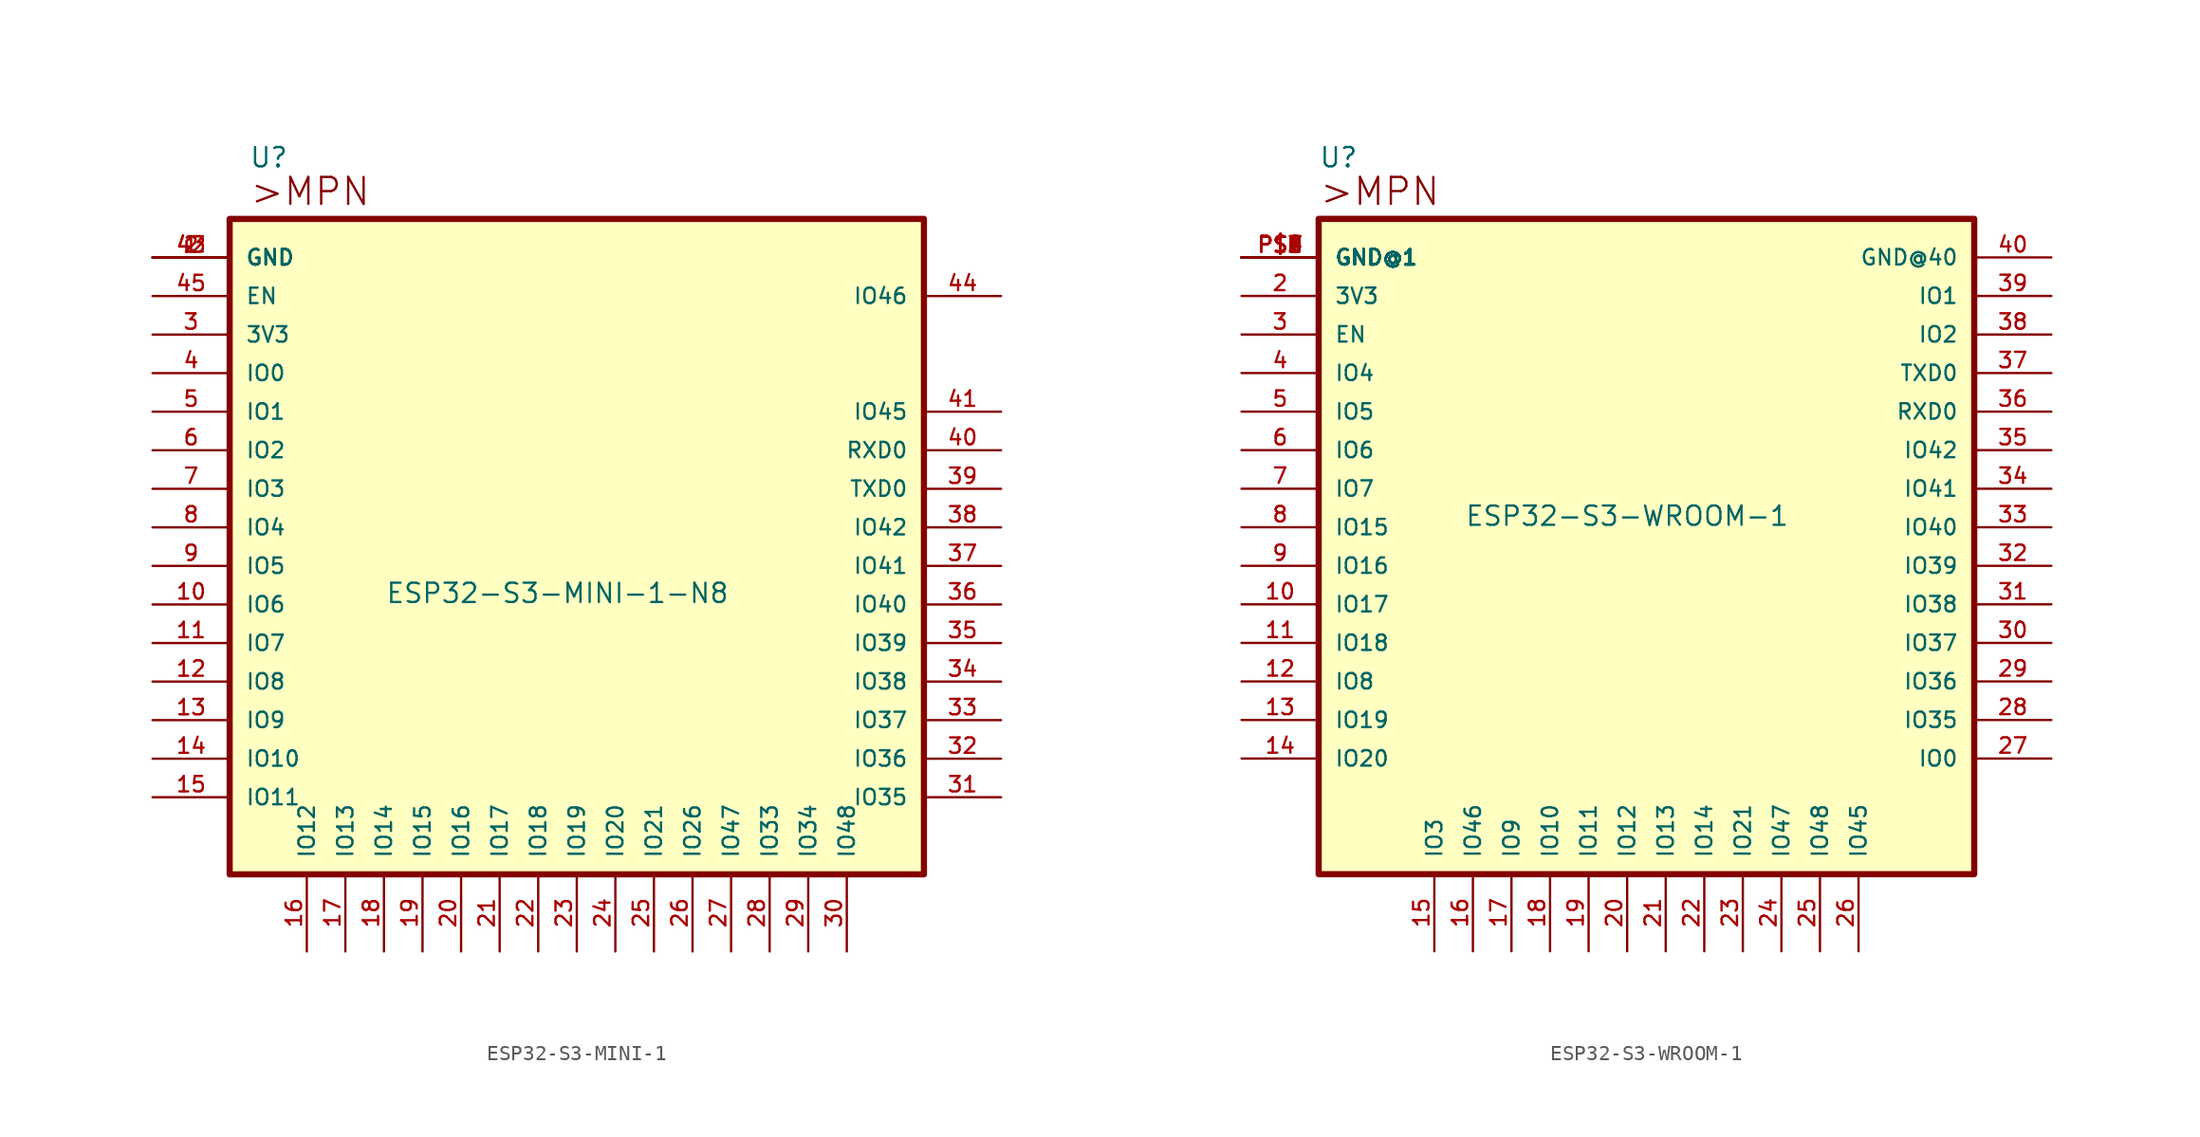
<source format=kicad_sym>
(kicad_symbol_lib
  (version 20220914)
  (generator kicad_symbol_editor)
  (symbol "ESP32-S3-MINI-1"
    (pin_names
      (offset 1.016))
    (property "Reference" "U"
      (at -21.59 23.622 0)
      (effects (font (size 1.27 1.27)) (justify left bottom)))
    (property "Value" "ESP32-S3-MINI-1-N8"
      (at -1.27 -5.08 0)
      (effects (font (size 1.27 1.27)) (justify bottom)))
    (symbol "ESP32-S3-MINI-1_0_0"
      (rectangle (start -22.86 20.32) (end 22.86 -22.86) (stroke (width 0.406) (type default)) (fill (type background)))
      (text ">MPN" (at -21.59 21.082 0) (effects (font (size 1.778 1.778)) (justify left bottom))))
    (symbol "ESP32-S3-MINI-1_1_0"
      (pin bidirectional line (at -27.94 17.78 0) (length 5.08) (name "GND" (effects (font (size 1.016 1.016)))) (number "1" (effects (font (size 1.016 1.016)))))
      (pin bidirectional line (at -27.94 -5.08 0) (length 5.08) (name "IO6" (effects (font (size 1.016 1.016)))) (number "10" (effects (font (size 1.016 1.016)))))
      (pin bidirectional line (at -27.94 -7.62 0) (length 5.08) (name "IO7" (effects (font (size 1.016 1.016)))) (number "11" (effects (font (size 1.016 1.016)))))
      (pin bidirectional line (at -27.94 -10.16 0) (length 5.08) (name "IO8" (effects (font (size 1.016 1.016)))) (number "12" (effects (font (size 1.016 1.016)))))
      (pin bidirectional line (at -27.94 -12.7 0) (length 5.08) (name "IO9" (effects (font (size 1.016 1.016)))) (number "13" (effects (font (size 1.016 1.016)))))
      (pin bidirectional line (at -27.94 -15.24 0) (length 5.08) (name "IO10" (effects (font (size 1.016 1.016)))) (number "14" (effects (font (size 1.016 1.016)))))
      (pin bidirectional line (at -27.94 -17.78 0) (length 5.08) (name "IO11" (effects (font (size 1.016 1.016)))) (number "15" (effects (font (size 1.016 1.016)))))
      (pin bidirectional line (at -17.78 -27.94 90) (length 5.08) (name "IO12" (effects (font (size 1.016 1.016)))) (number "16" (effects (font (size 1.016 1.016)))))
      (pin bidirectional line (at -15.24 -27.94 90) (length 5.08) (name "IO13" (effects (font (size 1.016 1.016)))) (number "17" (effects (font (size 1.016 1.016)))))
      (pin bidirectional line (at -12.7 -27.94 90) (length 5.08) (name "IO14" (effects (font (size 1.016 1.016)))) (number "18" (effects (font (size 1.016 1.016)))))
      (pin bidirectional line (at -10.16 -27.94 90) (length 5.08) (name "IO15" (effects (font (size 1.016 1.016)))) (number "19" (effects (font (size 1.016 1.016)))))
      (pin bidirectional line (at -27.94 17.78 0) (length 5.08) (name "GND" (effects (font (size 1.016 1.016)))) (number "2" (effects (font (size 1.016 1.016)))))
      (pin bidirectional line (at -7.62 -27.94 90) (length 5.08) (name "IO16" (effects (font (size 1.016 1.016)))) (number "20" (effects (font (size 1.016 1.016)))))
      (pin bidirectional line (at -5.08 -27.94 90) (length 5.08) (name "IO17" (effects (font (size 1.016 1.016)))) (number "21" (effects (font (size 1.016 1.016)))))
      (pin bidirectional line (at -2.54 -27.94 90) (length 5.08) (name "IO18" (effects (font (size 1.016 1.016)))) (number "22" (effects (font (size 1.016 1.016)))))
      (pin bidirectional line (at 0 -27.94 90) (length 5.08) (name "IO19" (effects (font (size 1.016 1.016)))) (number "23" (effects (font (size 1.016 1.016)))))
      (pin bidirectional line (at 2.54 -27.94 90) (length 5.08) (name "IO20" (effects (font (size 1.016 1.016)))) (number "24" (effects (font (size 1.016 1.016)))))
      (pin bidirectional line (at 5.08 -27.94 90) (length 5.08) (name "IO21" (effects (font (size 1.016 1.016)))) (number "25" (effects (font (size 1.016 1.016)))))
      (pin bidirectional line (at 7.62 -27.94 90) (length 5.08) (name "IO26" (effects (font (size 1.016 1.016)))) (number "26" (effects (font (size 1.016 1.016)))))
      (pin bidirectional line (at 10.16 -27.94 90) (length 5.08) (name "IO47" (effects (font (size 1.016 1.016)))) (number "27" (effects (font (size 1.016 1.016)))))
      (pin bidirectional line (at 12.7 -27.94 90) (length 5.08) (name "IO33" (effects (font (size 1.016 1.016)))) (number "28" (effects (font (size 1.016 1.016)))))
      (pin bidirectional line (at 15.24 -27.94 90) (length 5.08) (name "IO34" (effects (font (size 1.016 1.016)))) (number "29" (effects (font (size 1.016 1.016)))))
      (pin bidirectional line (at -27.94 12.7 0) (length 5.08) (name "3V3" (effects (font (size 1.016 1.016)))) (number "3" (effects (font (size 1.016 1.016)))))
      (pin bidirectional line (at 17.78 -27.94 90) (length 5.08) (name "IO48" (effects (font (size 1.016 1.016)))) (number "30" (effects (font (size 1.016 1.016)))))
      (pin bidirectional line (at 27.94 -17.78 180) (length 5.08) (name "IO35" (effects (font (size 1.016 1.016)))) (number "31" (effects (font (size 1.016 1.016)))))
      (pin bidirectional line (at 27.94 -15.24 180) (length 5.08) (name "IO36" (effects (font (size 1.016 1.016)))) (number "32" (effects (font (size 1.016 1.016)))))
      (pin bidirectional line (at 27.94 -12.7 180) (length 5.08) (name "IO37" (effects (font (size 1.016 1.016)))) (number "33" (effects (font (size 1.016 1.016)))))
      (pin bidirectional line (at 27.94 -10.16 180) (length 5.08) (name "IO38" (effects (font (size 1.016 1.016)))) (number "34" (effects (font (size 1.016 1.016)))))
      (pin bidirectional line (at 27.94 -7.62 180) (length 5.08) (name "IO39" (effects (font (size 1.016 1.016)))) (number "35" (effects (font (size 1.016 1.016)))))
      (pin bidirectional line (at 27.94 -5.08 180) (length 5.08) (name "IO40" (effects (font (size 1.016 1.016)))) (number "36" (effects (font (size 1.016 1.016)))))
      (pin bidirectional line (at 27.94 -2.54 180) (length 5.08) (name "IO41" (effects (font (size 1.016 1.016)))) (number "37" (effects (font (size 1.016 1.016)))))
      (pin bidirectional line (at 27.94 0 180) (length 5.08) (name "IO42" (effects (font (size 1.016 1.016)))) (number "38" (effects (font (size 1.016 1.016)))))
      (pin bidirectional line (at 27.94 2.54 180) (length 5.08) (name "TXD0" (effects (font (size 1.016 1.016)))) (number "39" (effects (font (size 1.016 1.016)))))
      (pin bidirectional line (at -27.94 10.16 0) (length 5.08) (name "IO0" (effects (font (size 1.016 1.016)))) (number "4" (effects (font (size 1.016 1.016)))))
      (pin bidirectional line (at 27.94 5.08 180) (length 5.08) (name "RXD0" (effects (font (size 1.016 1.016)))) (number "40" (effects (font (size 1.016 1.016)))))
      (pin bidirectional line (at 27.94 7.62 180) (length 5.08) (name "IO45" (effects (font (size 1.016 1.016)))) (number "41" (effects (font (size 1.016 1.016)))))
      (pin bidirectional line (at -27.94 17.78 0) (length 5.08) (name "GND" (effects (font (size 1.016 1.016)))) (number "42" (effects (font (size 1.016 1.016)))))
      (pin bidirectional line (at -27.94 17.78 0) (length 5.08) (name "GND" (effects (font (size 1.016 1.016)))) (number "43" (effects (font (size 1.016 1.016)))))
      (pin bidirectional line (at 27.94 15.24 180) (length 5.08) (name "IO46" (effects (font (size 1.016 1.016)))) (number "44" (effects (font (size 1.016 1.016)))))
      (pin bidirectional line (at -27.94 15.24 0) (length 5.08) (name "EN" (effects (font (size 1.016 1.016)))) (number "45" (effects (font (size 1.016 1.016)))))
      (pin bidirectional line (at -27.94 7.62 0) (length 5.08) (name "IO1" (effects (font (size 1.016 1.016)))) (number "5" (effects (font (size 1.016 1.016)))))
      (pin bidirectional line (at -27.94 5.08 0) (length 5.08) (name "IO2" (effects (font (size 1.016 1.016)))) (number "6" (effects (font (size 1.016 1.016)))))
      (pin bidirectional line (at -27.94 2.54 0) (length 5.08) (name "IO3" (effects (font (size 1.016 1.016)))) (number "7" (effects (font (size 1.016 1.016)))))
      (pin bidirectional line (at -27.94 0 0) (length 5.08) (name "IO4" (effects (font (size 1.016 1.016)))) (number "8" (effects (font (size 1.016 1.016)))))
      (pin bidirectional line (at -27.94 -2.54 0) (length 5.08) (name "IO5" (effects (font (size 1.016 1.016)))) (number "9" (effects (font (size 1.016 1.016)))))))
  (symbol "ESP32-S3-WROOM-1"
    (pin_names
      (offset 1.016))
    (property "Reference" "U"
      (at -20.32 23.622 0)
      (effects (font (size 1.27 1.27)) (justify left bottom)))
    (property "Value" "ESP32-S3-WROOM-1"
      (at 0 0 0)
      (effects (font (size 1.27 1.27)) (justify bottom)))
    (symbol "ESP32-S3-WROOM-1_0_0"
      (rectangle (start -20.32 -22.86) (end 22.86 20.32) (stroke (width 0.406) (type default)) (fill (type background)))
      (text ">MPN" (at -20.32 21.082 0) (effects (font (size 1.778 1.778)) (justify left bottom)))
      (pin bidirectional line (at -25.4 17.78 0) (length 5.08) (name "GND@1" (effects (font (size 1.016 1.016)))) (number "1" (effects (font (size 1.016 1.016)))))
      (pin bidirectional line (at -25.4 -5.08 0) (length 5.08) (name "IO17" (effects (font (size 1.016 1.016)))) (number "10" (effects (font (size 1.016 1.016)))))
      (pin bidirectional line (at -25.4 -7.62 0) (length 5.08) (name "IO18" (effects (font (size 1.016 1.016)))) (number "11" (effects (font (size 1.016 1.016)))))
      (pin bidirectional line (at -25.4 -10.16 0) (length 5.08) (name "IO8" (effects (font (size 1.016 1.016)))) (number "12" (effects (font (size 1.016 1.016)))))
      (pin bidirectional line (at -25.4 -12.7 0) (length 5.08) (name "IO19" (effects (font (size 1.016 1.016)))) (number "13" (effects (font (size 1.016 1.016)))))
      (pin bidirectional line (at -25.4 -15.24 0) (length 5.08) (name "IO20" (effects (font (size 1.016 1.016)))) (number "14" (effects (font (size 1.016 1.016)))))
      (pin bidirectional line (at -12.7 -27.94 90) (length 5.08) (name "IO3" (effects (font (size 1.016 1.016)))) (number "15" (effects (font (size 1.016 1.016)))))
      (pin bidirectional line (at -10.16 -27.94 90) (length 5.08) (name "IO46" (effects (font (size 1.016 1.016)))) (number "16" (effects (font (size 1.016 1.016)))))
      (pin bidirectional line (at -7.62 -27.94 90) (length 5.08) (name "IO9" (effects (font (size 1.016 1.016)))) (number "17" (effects (font (size 1.016 1.016)))))
      (pin bidirectional line (at -5.08 -27.94 90) (length 5.08) (name "IO10" (effects (font (size 1.016 1.016)))) (number "18" (effects (font (size 1.016 1.016)))))
      (pin bidirectional line (at -2.54 -27.94 90) (length 5.08) (name "IO11" (effects (font (size 1.016 1.016)))) (number "19" (effects (font (size 1.016 1.016)))))
      (pin bidirectional line (at -25.4 15.24 0) (length 5.08) (name "3V3" (effects (font (size 1.016 1.016)))) (number "2" (effects (font (size 1.016 1.016)))))
      (pin bidirectional line (at 0 -27.94 90) (length 5.08) (name "IO12" (effects (font (size 1.016 1.016)))) (number "20" (effects (font (size 1.016 1.016)))))
      (pin bidirectional line (at 2.54 -27.94 90) (length 5.08) (name "IO13" (effects (font (size 1.016 1.016)))) (number "21" (effects (font (size 1.016 1.016)))))
      (pin bidirectional line (at 5.08 -27.94 90) (length 5.08) (name "IO14" (effects (font (size 1.016 1.016)))) (number "22" (effects (font (size 1.016 1.016)))))
      (pin bidirectional line (at 7.62 -27.94 90) (length 5.08) (name "IO21" (effects (font (size 1.016 1.016)))) (number "23" (effects (font (size 1.016 1.016)))))
      (pin bidirectional line (at 10.16 -27.94 90) (length 5.08) (name "IO47" (effects (font (size 1.016 1.016)))) (number "24" (effects (font (size 1.016 1.016)))))
      (pin bidirectional line (at 12.7 -27.94 90) (length 5.08) (name "IO48" (effects (font (size 1.016 1.016)))) (number "25" (effects (font (size 1.016 1.016)))))
      (pin bidirectional line (at 15.24 -27.94 90) (length 5.08) (name "IO45" (effects (font (size 1.016 1.016)))) (number "26" (effects (font (size 1.016 1.016)))))
      (pin bidirectional line (at 27.94 -15.24 180) (length 5.08) (name "IO0" (effects (font (size 1.016 1.016)))) (number "27" (effects (font (size 1.016 1.016)))))
      (pin bidirectional line (at 27.94 -12.7 180) (length 5.08) (name "IO35" (effects (font (size 1.016 1.016)))) (number "28" (effects (font (size 1.016 1.016)))))
      (pin bidirectional line (at 27.94 -10.16 180) (length 5.08) (name "IO36" (effects (font (size 1.016 1.016)))) (number "29" (effects (font (size 1.016 1.016)))))
      (pin bidirectional line (at -25.4 12.7 0) (length 5.08) (name "EN" (effects (font (size 1.016 1.016)))) (number "3" (effects (font (size 1.016 1.016)))))
      (pin bidirectional line (at 27.94 -7.62 180) (length 5.08) (name "IO37" (effects (font (size 1.016 1.016)))) (number "30" (effects (font (size 1.016 1.016)))))
      (pin bidirectional line (at 27.94 -5.08 180) (length 5.08) (name "IO38" (effects (font (size 1.016 1.016)))) (number "31" (effects (font (size 1.016 1.016)))))
      (pin bidirectional line (at 27.94 -2.54 180) (length 5.08) (name "IO39" (effects (font (size 1.016 1.016)))) (number "32" (effects (font (size 1.016 1.016)))))
      (pin bidirectional line (at 27.94 0 180) (length 5.08) (name "IO40" (effects (font (size 1.016 1.016)))) (number "33" (effects (font (size 1.016 1.016)))))
      (pin bidirectional line (at 27.94 2.54 180) (length 5.08) (name "IO41" (effects (font (size 1.016 1.016)))) (number "34" (effects (font (size 1.016 1.016)))))
      (pin bidirectional line (at 27.94 5.08 180) (length 5.08) (name "IO42" (effects (font (size 1.016 1.016)))) (number "35" (effects (font (size 1.016 1.016)))))
      (pin bidirectional line (at 27.94 7.62 180) (length 5.08) (name "RXD0" (effects (font (size 1.016 1.016)))) (number "36" (effects (font (size 1.016 1.016)))))
      (pin bidirectional line (at 27.94 10.16 180) (length 5.08) (name "TXD0" (effects (font (size 1.016 1.016)))) (number "37" (effects (font (size 1.016 1.016)))))
      (pin bidirectional line (at 27.94 12.7 180) (length 5.08) (name "IO2" (effects (font (size 1.016 1.016)))) (number "38" (effects (font (size 1.016 1.016)))))
      (pin bidirectional line (at 27.94 15.24 180) (length 5.08) (name "IO1" (effects (font (size 1.016 1.016)))) (number "39" (effects (font (size 1.016 1.016)))))
      (pin bidirectional line (at -25.4 10.16 0) (length 5.08) (name "IO4" (effects (font (size 1.016 1.016)))) (number "4" (effects (font (size 1.016 1.016)))))
      (pin bidirectional line (at 27.94 17.78 180) (length 5.08) (name "GND@40" (effects (font (size 1.016 1.016)))) (number "40" (effects (font (size 1.016 1.016)))))
      (pin bidirectional line (at -25.4 7.62 0) (length 5.08) (name "IO5" (effects (font (size 1.016 1.016)))) (number "5" (effects (font (size 1.016 1.016)))))
      (pin bidirectional line (at -25.4 5.08 0) (length 5.08) (name "IO6" (effects (font (size 1.016 1.016)))) (number "6" (effects (font (size 1.016 1.016)))))
      (pin bidirectional line (at -25.4 2.54 0) (length 5.08) (name "IO7" (effects (font (size 1.016 1.016)))) (number "7" (effects (font (size 1.016 1.016)))))
      (pin bidirectional line (at -25.4 0 0) (length 5.08) (name "IO15" (effects (font (size 1.016 1.016)))) (number "8" (effects (font (size 1.016 1.016)))))
      (pin bidirectional line (at -25.4 -2.54 0) (length 5.08) (name "IO16" (effects (font (size 1.016 1.016)))) (number "9" (effects (font (size 1.016 1.016)))))
      (pin bidirectional line (at -25.4 17.78 0) (length 5.08) (name "GND@1" (effects (font (size 1.016 1.016)))) (number "P$1" (effects (font (size 1.016 1.016)))))
      (pin bidirectional line (at -25.4 17.78 0) (length 5.08) (name "GND@1" (effects (font (size 1.016 1.016)))) (number "P$2" (effects (font (size 1.016 1.016)))))
      (pin bidirectional line (at -25.4 17.78 0) (length 5.08) (name "GND@1" (effects (font (size 1.016 1.016)))) (number "P$3" (effects (font (size 1.016 1.016)))))
      (pin bidirectional line (at -25.4 17.78 0) (length 5.08) (name "GND@1" (effects (font (size 1.016 1.016)))) (number "P$4" (effects (font (size 1.016 1.016)))))
      (pin bidirectional line (at -25.4 17.78 0) (length 5.08) (name "GND@1" (effects (font (size 1.016 1.016)))) (number "P$5" (effects (font (size 1.016 1.016)))))
      (pin bidirectional line (at -25.4 17.78 0) (length 5.08) (name "GND@1" (effects (font (size 1.016 1.016)))) (number "P$6" (effects (font (size 1.016 1.016)))))
      (pin bidirectional line (at -25.4 17.78 0) (length 5.08) (name "GND@1" (effects (font (size 1.016 1.016)))) (number "P$7" (effects (font (size 1.016 1.016)))))
      (pin bidirectional line (at -25.4 17.78 0) (length 5.08) (name "GND@1" (effects (font (size 1.016 1.016)))) (number "P$8" (effects (font (size 1.016 1.016)))))
      (pin bidirectional line (at -25.4 17.78 0) (length 5.08) (name "GND@1" (effects (font (size 1.016 1.016)))) (number "P$9" (effects (font (size 1.016 1.016))))))))
</source>
